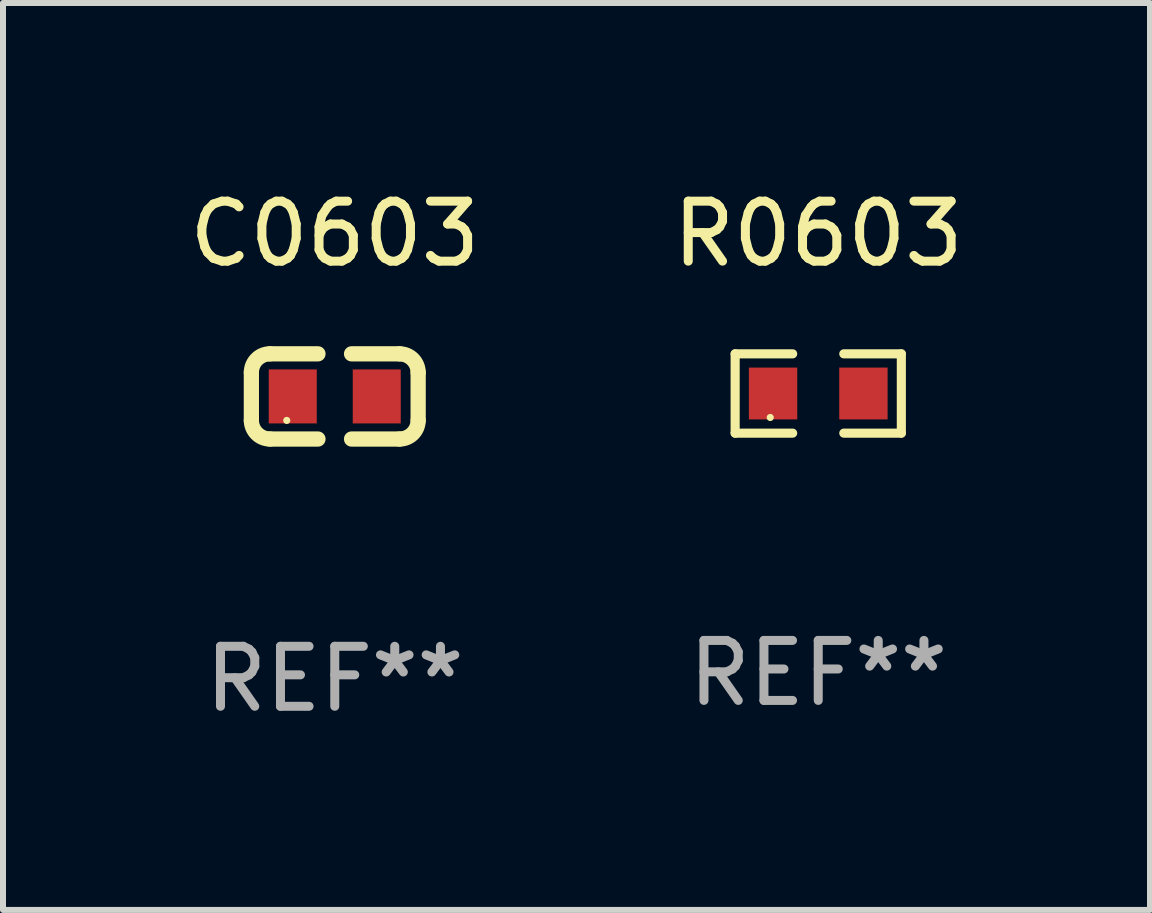
<source format=kicad_pcb>
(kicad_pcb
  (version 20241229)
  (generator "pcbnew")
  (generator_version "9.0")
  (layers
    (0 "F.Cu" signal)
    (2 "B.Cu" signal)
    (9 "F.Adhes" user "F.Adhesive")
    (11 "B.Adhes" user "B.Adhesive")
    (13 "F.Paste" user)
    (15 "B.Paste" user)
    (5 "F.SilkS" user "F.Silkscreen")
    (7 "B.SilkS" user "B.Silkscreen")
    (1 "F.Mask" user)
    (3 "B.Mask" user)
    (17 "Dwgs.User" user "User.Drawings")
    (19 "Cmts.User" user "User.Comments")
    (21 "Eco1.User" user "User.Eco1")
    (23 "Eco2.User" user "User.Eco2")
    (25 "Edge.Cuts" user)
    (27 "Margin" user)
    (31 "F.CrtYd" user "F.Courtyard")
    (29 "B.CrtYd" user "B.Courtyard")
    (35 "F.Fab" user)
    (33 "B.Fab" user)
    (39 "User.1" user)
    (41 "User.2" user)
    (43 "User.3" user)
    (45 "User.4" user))
  (footprint "R0603"
    (layer "F.Cu")
    (at 10.589 3.509)
    (property "Reference" "R0603" (at 0 -2.661 0) (layer "F.SilkS") (effects (font (size 1 1) (thickness 0.15))))
    (attr smd)
    (fp_line (start -1.385 -0.661) (end -0.426 -0.661) (stroke (width 0.152) (type solid)) (layer "F.SilkS"))
    (fp_line (start -1.385 0.661) (end -1.385 -0.661) (stroke (width 0.152) (type solid)) (layer "F.SilkS"))
    (fp_line (start -0.426 0.661) (end -1.385 0.661) (stroke (width 0.152) (type solid)) (layer "F.SilkS"))
    (fp_line (start 0.426 0.661) (end 1.385 0.661) (stroke (width 0.152) (type solid)) (layer "F.SilkS"))
    (fp_line (start 1.385 -0.661) (end 0.426 -0.661) (stroke (width 0.152) (type solid)) (layer "F.SilkS"))
    (fp_line (start 1.385 0.661) (end 1.385 -0.661) (stroke (width 0.152) (type solid)) (layer "F.SilkS"))
    (fp_circle (center -0.8 0.4) (end -0.77 0.4) (stroke (width 0.06) (type solid)) (fill no) (layer "F.SilkS"))
    (fp_text user "REF**" (at 0 4.661 0) (layer "F.Fab") (effects (font (size 1 1) (thickness 0.15))))
    (pad "1" smd rect (at -0.753 0) (size 0.806 0.864) (layers "F.Cu" "F.Mask" "F.Paste"))
    (pad "2" smd rect (at 0.753 0) (size 0.806 0.864) (layers "F.Cu" "F.Mask" "F.Paste")))
  (footprint "C0603"
    (layer "F.Cu")
    (at 2.53 3.558)
    (property "Reference" "C0603" (at 0.000051 -2.71 0) (layer "F.SilkS") (effects (font (size 1 1) (thickness 0.15))))
    (attr smd)
    (fp_line (start -1.39 0.4) (end -1.39 -0.4) (stroke (width 0.254) (type solid)) (layer "F.SilkS"))
    (fp_line (start -0.28 -0.71) (end -1.08 -0.71) (stroke (width 0.254) (type solid)) (layer "F.SilkS"))
    (fp_line (start -0.28 0.71) (end -1.08 0.71) (stroke (width 0.254) (type solid)) (layer "F.SilkS"))
    (fp_line (start 0.28 -0.71) (end 1.08 -0.71) (stroke (width 0.254) (type solid)) (layer "F.SilkS"))
    (fp_line (start 0.28 0.71) (end 1.08 0.71) (stroke (width 0.254) (type solid)) (layer "F.SilkS"))
    (fp_line (start 1.39 -0.4) (end 1.39 0.4) (stroke (width 0.254) (type solid)) (layer "F.SilkS"))
    (fp_arc (start -1.389916 -0.400229) (mid -1.299195 -0.619335) (end -1.080111 -0.710109) (stroke (width 0.254001) (type solid)) (layer "F.SilkS"))
    (fp_arc (start -1.080112 0.709576) (mid -1.299178 0.618819) (end -1.389916 0.399745) (stroke (width 0.254001) (type solid)) (layer "F.SilkS"))
    (fp_arc (start 1.080188 -0.709627) (mid 1.29928 -0.618871) (end 1.390018 -0.399772) (stroke (width 0.254001) (type solid)) (layer "F.SilkS"))
    (fp_arc (start 1.390018 0.400203) (mid 1.299271 0.619286) (end 1.080188 0.710033) (stroke (width 0.254001) (type solid)) (layer "F.SilkS"))
    (fp_circle (center -0.8 0.4) (end -0.77 0.4) (stroke (width 0.06) (type solid)) (fill no) (layer "F.SilkS"))
    (fp_text user "REF**" (at 0.000051 4.71 0) (layer "F.Fab") (effects (font (size 1 1) (thickness 0.15))))
    (pad "1" smd rect (at -0.7 0) (size 0.8 0.9) (layers "F.Cu" "F.Mask" "F.Paste"))
    (pad "2" smd rect (at 0.7 0) (size 0.8 0.9) (layers "F.Cu" "F.Mask" "F.Paste")))
  (gr_rect
    (start -3 -3)
    (end 16.119 12.117)
    (stroke (width 0.1) (type default))
    (fill no)
    (layer "Edge.Cuts")))
</source>
